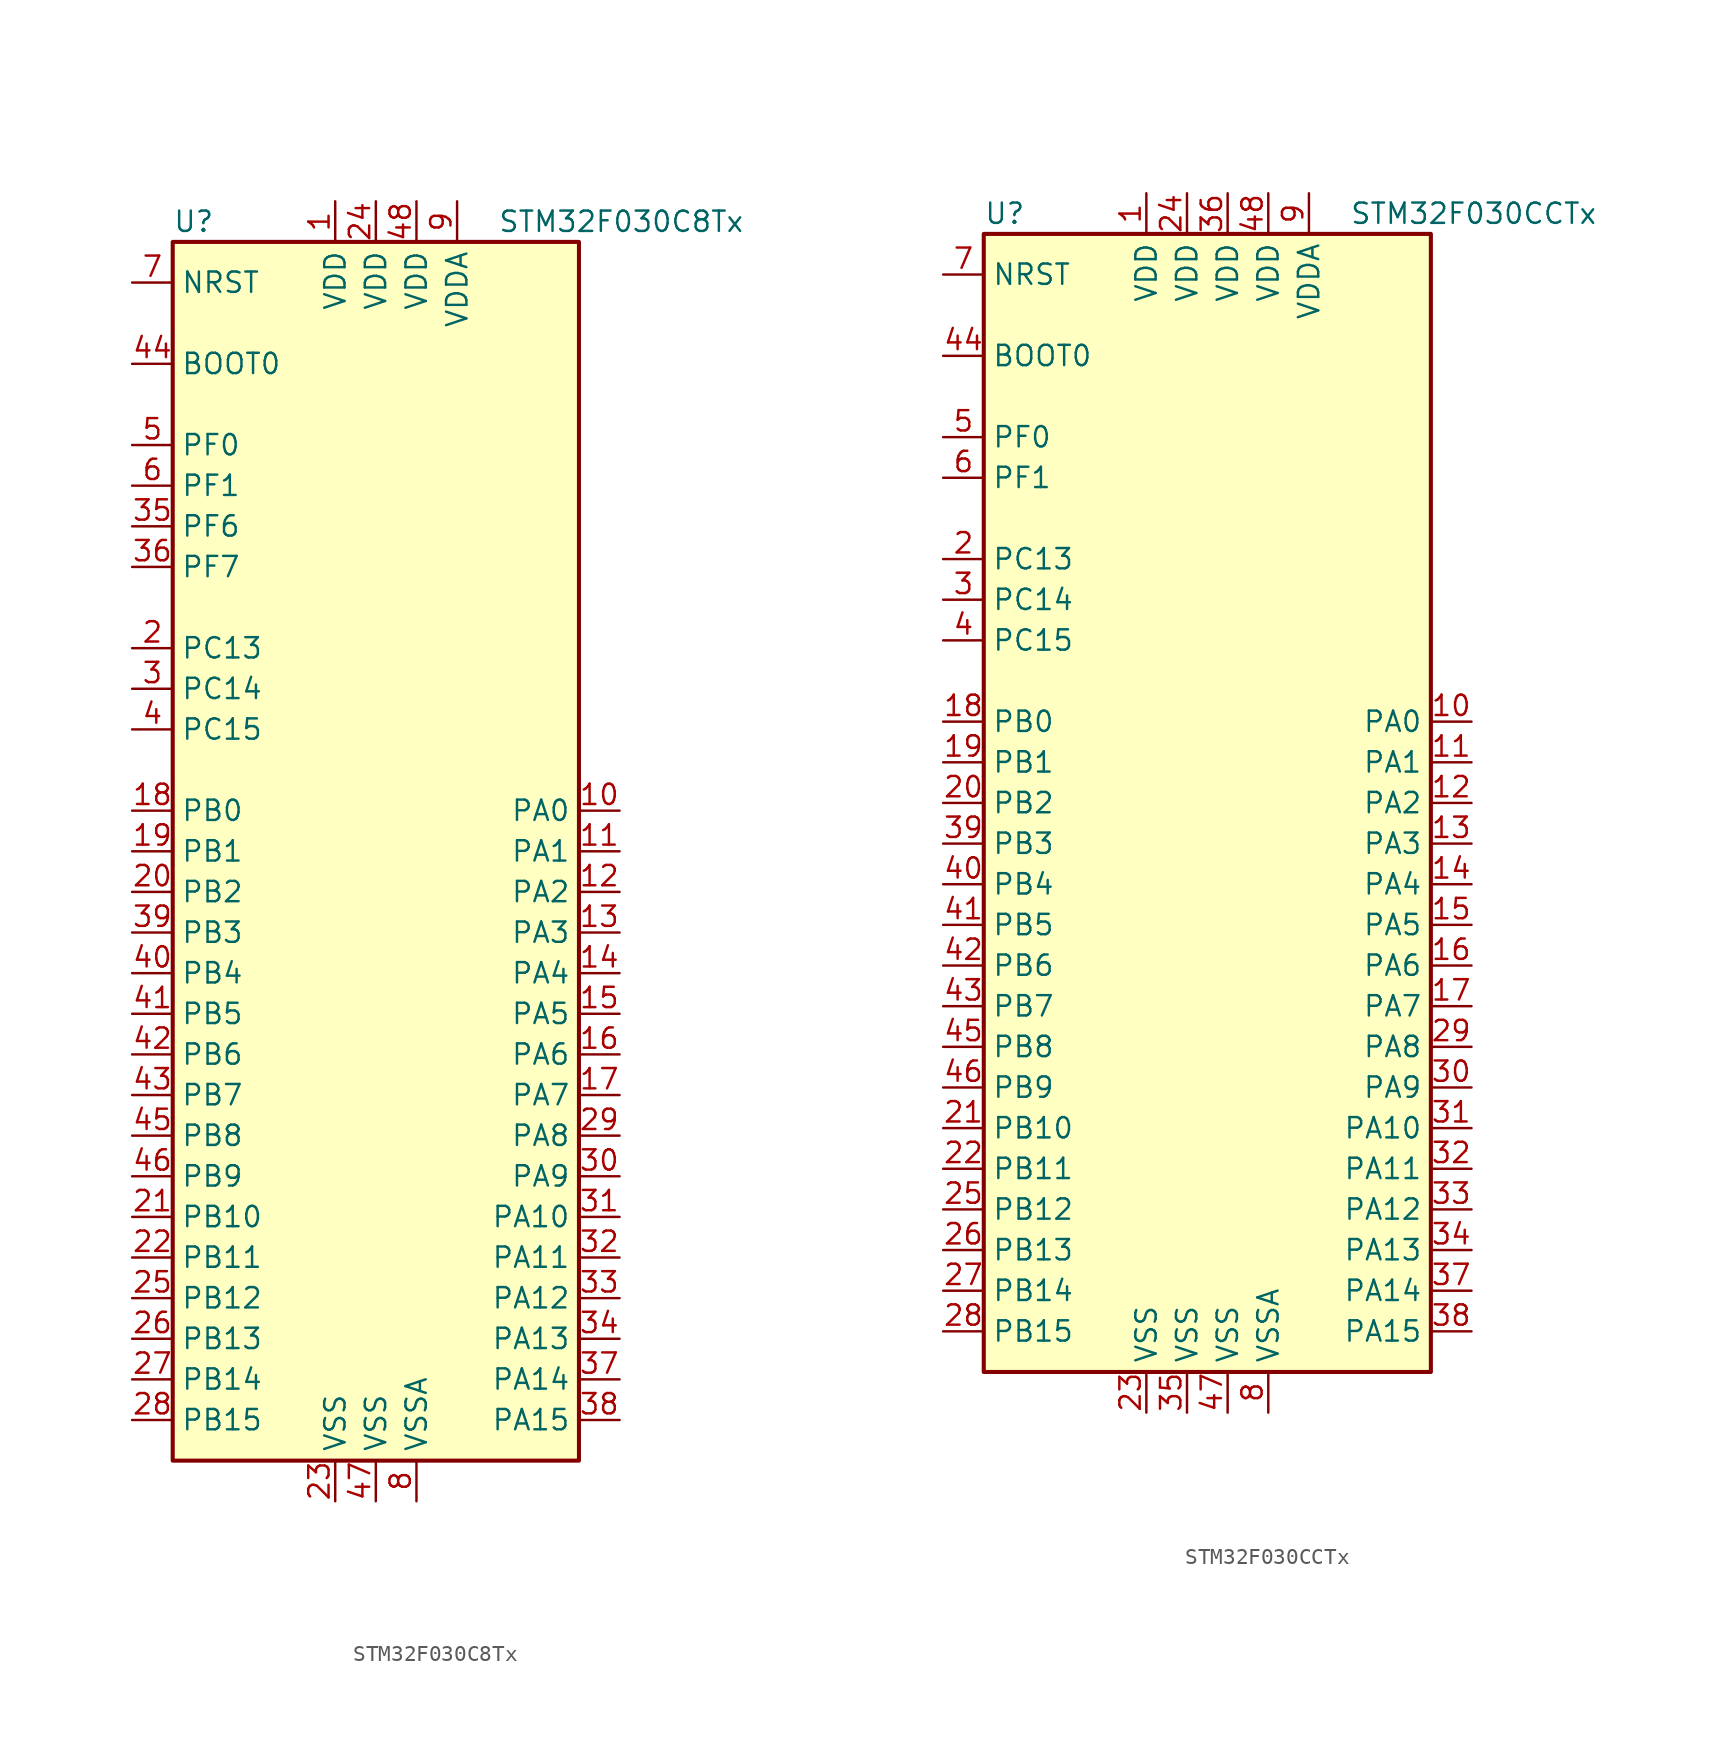
<source format=kicad_sym>
(kicad_symbol_lib
  (version 20201005)
  (generator kicad_symbol_editor)
  (symbol "STM32F030C8Tx"
    (property "Reference" "U"
      (at -12.7 39.37 0)
      (effects (font (size 1.27 1.27)) (justify left)))
    (property "Value" "STM32F030C8Tx"
      (at 7.62 39.37 0)
      (effects (font (size 1.27 1.27)) (justify left)))
    (symbol "STM32F030C8Tx_0_1"
      (rectangle (start -12.7 -38.1) (end 12.7 38.1) (stroke (width 0.254)) (fill (type background))))
    (symbol "STM32F030C8Tx_1_1"
      (pin power_in line (at -2.54 40.64 270) (length 2.54) (name "VDD" (effects (font (size 1.27 1.27)))) (number "1" (effects (font (size 1.27 1.27)))))
      (pin bidirectional line (at 15.24 2.54 180) (length 2.54) (name "PA0" (effects (font (size 1.27 1.27)))) (number "10" (effects (font (size 1.27 1.27)))))
      (pin bidirectional line (at 15.24 0 180) (length 2.54) (name "PA1" (effects (font (size 1.27 1.27)))) (number "11" (effects (font (size 1.27 1.27)))))
      (pin bidirectional line (at 15.24 -2.54 180) (length 2.54) (name "PA2" (effects (font (size 1.27 1.27)))) (number "12" (effects (font (size 1.27 1.27)))))
      (pin bidirectional line (at 15.24 -5.08 180) (length 2.54) (name "PA3" (effects (font (size 1.27 1.27)))) (number "13" (effects (font (size 1.27 1.27)))))
      (pin bidirectional line (at 15.24 -7.62 180) (length 2.54) (name "PA4" (effects (font (size 1.27 1.27)))) (number "14" (effects (font (size 1.27 1.27)))))
      (pin bidirectional line (at 15.24 -10.16 180) (length 2.54) (name "PA5" (effects (font (size 1.27 1.27)))) (number "15" (effects (font (size 1.27 1.27)))))
      (pin bidirectional line (at 15.24 -12.7 180) (length 2.54) (name "PA6" (effects (font (size 1.27 1.27)))) (number "16" (effects (font (size 1.27 1.27)))))
      (pin bidirectional line (at 15.24 -15.24 180) (length 2.54) (name "PA7" (effects (font (size 1.27 1.27)))) (number "17" (effects (font (size 1.27 1.27)))))
      (pin bidirectional line (at -15.24 2.54 0) (length 2.54) (name "PB0" (effects (font (size 1.27 1.27)))) (number "18" (effects (font (size 1.27 1.27)))))
      (pin bidirectional line (at -15.24 0 0) (length 2.54) (name "PB1" (effects (font (size 1.27 1.27)))) (number "19" (effects (font (size 1.27 1.27)))))
      (pin bidirectional line (at -15.24 12.7 0) (length 2.54) (name "PC13" (effects (font (size 1.27 1.27)))) (number "2" (effects (font (size 1.27 1.27)))))
      (pin bidirectional line (at -15.24 -2.54 0) (length 2.54) (name "PB2" (effects (font (size 1.27 1.27)))) (number "20" (effects (font (size 1.27 1.27)))))
      (pin bidirectional line (at -15.24 -22.86 0) (length 2.54) (name "PB10" (effects (font (size 1.27 1.27)))) (number "21" (effects (font (size 1.27 1.27)))))
      (pin bidirectional line (at -15.24 -25.4 0) (length 2.54) (name "PB11" (effects (font (size 1.27 1.27)))) (number "22" (effects (font (size 1.27 1.27)))))
      (pin power_in line (at -2.54 -40.64 90) (length 2.54) (name "VSS" (effects (font (size 1.27 1.27)))) (number "23" (effects (font (size 1.27 1.27)))))
      (pin power_in line (at 0 40.64 270) (length 2.54) (name "VDD" (effects (font (size 1.27 1.27)))) (number "24" (effects (font (size 1.27 1.27)))))
      (pin bidirectional line (at -15.24 -27.94 0) (length 2.54) (name "PB12" (effects (font (size 1.27 1.27)))) (number "25" (effects (font (size 1.27 1.27)))))
      (pin bidirectional line (at -15.24 -30.48 0) (length 2.54) (name "PB13" (effects (font (size 1.27 1.27)))) (number "26" (effects (font (size 1.27 1.27)))))
      (pin bidirectional line (at -15.24 -33.02 0) (length 2.54) (name "PB14" (effects (font (size 1.27 1.27)))) (number "27" (effects (font (size 1.27 1.27)))))
      (pin bidirectional line (at -15.24 -35.56 0) (length 2.54) (name "PB15" (effects (font (size 1.27 1.27)))) (number "28" (effects (font (size 1.27 1.27)))))
      (pin bidirectional line (at 15.24 -17.78 180) (length 2.54) (name "PA8" (effects (font (size 1.27 1.27)))) (number "29" (effects (font (size 1.27 1.27)))))
      (pin bidirectional line (at -15.24 10.16 0) (length 2.54) (name "PC14" (effects (font (size 1.27 1.27)))) (number "3" (effects (font (size 1.27 1.27)))))
      (pin bidirectional line (at 15.24 -20.32 180) (length 2.54) (name "PA9" (effects (font (size 1.27 1.27)))) (number "30" (effects (font (size 1.27 1.27)))))
      (pin bidirectional line (at 15.24 -22.86 180) (length 2.54) (name "PA10" (effects (font (size 1.27 1.27)))) (number "31" (effects (font (size 1.27 1.27)))))
      (pin bidirectional line (at 15.24 -25.4 180) (length 2.54) (name "PA11" (effects (font (size 1.27 1.27)))) (number "32" (effects (font (size 1.27 1.27)))))
      (pin bidirectional line (at 15.24 -27.94 180) (length 2.54) (name "PA12" (effects (font (size 1.27 1.27)))) (number "33" (effects (font (size 1.27 1.27)))))
      (pin bidirectional line (at 15.24 -30.48 180) (length 2.54) (name "PA13" (effects (font (size 1.27 1.27)))) (number "34" (effects (font (size 1.27 1.27)))))
      (pin bidirectional line (at -15.24 20.32 0) (length 2.54) (name "PF6" (effects (font (size 1.27 1.27)))) (number "35" (effects (font (size 1.27 1.27)))))
      (pin bidirectional line (at -15.24 17.78 0) (length 2.54) (name "PF7" (effects (font (size 1.27 1.27)))) (number "36" (effects (font (size 1.27 1.27)))))
      (pin bidirectional line (at 15.24 -33.02 180) (length 2.54) (name "PA14" (effects (font (size 1.27 1.27)))) (number "37" (effects (font (size 1.27 1.27)))))
      (pin bidirectional line (at 15.24 -35.56 180) (length 2.54) (name "PA15" (effects (font (size 1.27 1.27)))) (number "38" (effects (font (size 1.27 1.27)))))
      (pin bidirectional line (at -15.24 -5.08 0) (length 2.54) (name "PB3" (effects (font (size 1.27 1.27)))) (number "39" (effects (font (size 1.27 1.27)))))
      (pin bidirectional line (at -15.24 7.62 0) (length 2.54) (name "PC15" (effects (font (size 1.27 1.27)))) (number "4" (effects (font (size 1.27 1.27)))))
      (pin bidirectional line (at -15.24 -7.62 0) (length 2.54) (name "PB4" (effects (font (size 1.27 1.27)))) (number "40" (effects (font (size 1.27 1.27)))))
      (pin bidirectional line (at -15.24 -10.16 0) (length 2.54) (name "PB5" (effects (font (size 1.27 1.27)))) (number "41" (effects (font (size 1.27 1.27)))))
      (pin bidirectional line (at -15.24 -12.7 0) (length 2.54) (name "PB6" (effects (font (size 1.27 1.27)))) (number "42" (effects (font (size 1.27 1.27)))))
      (pin bidirectional line (at -15.24 -15.24 0) (length 2.54) (name "PB7" (effects (font (size 1.27 1.27)))) (number "43" (effects (font (size 1.27 1.27)))))
      (pin input line (at -15.24 30.48 0) (length 2.54) (name "BOOT0" (effects (font (size 1.27 1.27)))) (number "44" (effects (font (size 1.27 1.27)))))
      (pin bidirectional line (at -15.24 -17.78 0) (length 2.54) (name "PB8" (effects (font (size 1.27 1.27)))) (number "45" (effects (font (size 1.27 1.27)))))
      (pin bidirectional line (at -15.24 -20.32 0) (length 2.54) (name "PB9" (effects (font (size 1.27 1.27)))) (number "46" (effects (font (size 1.27 1.27)))))
      (pin power_in line (at 0 -40.64 90) (length 2.54) (name "VSS" (effects (font (size 1.27 1.27)))) (number "47" (effects (font (size 1.27 1.27)))))
      (pin power_in line (at 2.54 40.64 270) (length 2.54) (name "VDD" (effects (font (size 1.27 1.27)))) (number "48" (effects (font (size 1.27 1.27)))))
      (pin input line (at -15.24 25.4 0) (length 2.54) (name "PF0" (effects (font (size 1.27 1.27)))) (number "5" (effects (font (size 1.27 1.27)))))
      (pin input line (at -15.24 22.86 0) (length 2.54) (name "PF1" (effects (font (size 1.27 1.27)))) (number "6" (effects (font (size 1.27 1.27)))))
      (pin input line (at -15.24 35.56 0) (length 2.54) (name "NRST" (effects (font (size 1.27 1.27)))) (number "7" (effects (font (size 1.27 1.27)))))
      (pin power_in line (at 2.54 -40.64 90) (length 2.54) (name "VSSA" (effects (font (size 1.27 1.27)))) (number "8" (effects (font (size 1.27 1.27)))))
      (pin power_in line (at 5.08 40.64 270) (length 2.54) (name "VDDA" (effects (font (size 1.27 1.27)))) (number "9" (effects (font (size 1.27 1.27)))))))
  (symbol "STM32F030CCTx"
    (property "Reference" "U"
      (at -15.24 36.83 0)
      (effects (font (size 1.27 1.27)) (justify left)))
    (property "Value" "STM32F030CCTx"
      (at 7.62 36.83 0)
      (effects (font (size 1.27 1.27)) (justify left)))
    (symbol "STM32F030CCTx_0_1"
      (rectangle (start -15.24 -35.56) (end 12.7 35.56) (stroke (width 0.254)) (fill (type background))))
    (symbol "STM32F030CCTx_1_1"
      (pin power_in line (at -5.08 38.1 270) (length 2.54) (name "VDD" (effects (font (size 1.27 1.27)))) (number "1" (effects (font (size 1.27 1.27)))))
      (pin bidirectional line (at 15.24 5.08 180) (length 2.54) (name "PA0" (effects (font (size 1.27 1.27)))) (number "10" (effects (font (size 1.27 1.27)))))
      (pin bidirectional line (at 15.24 2.54 180) (length 2.54) (name "PA1" (effects (font (size 1.27 1.27)))) (number "11" (effects (font (size 1.27 1.27)))))
      (pin bidirectional line (at 15.24 0 180) (length 2.54) (name "PA2" (effects (font (size 1.27 1.27)))) (number "12" (effects (font (size 1.27 1.27)))))
      (pin bidirectional line (at 15.24 -2.54 180) (length 2.54) (name "PA3" (effects (font (size 1.27 1.27)))) (number "13" (effects (font (size 1.27 1.27)))))
      (pin bidirectional line (at 15.24 -5.08 180) (length 2.54) (name "PA4" (effects (font (size 1.27 1.27)))) (number "14" (effects (font (size 1.27 1.27)))))
      (pin bidirectional line (at 15.24 -7.62 180) (length 2.54) (name "PA5" (effects (font (size 1.27 1.27)))) (number "15" (effects (font (size 1.27 1.27)))))
      (pin bidirectional line (at 15.24 -10.16 180) (length 2.54) (name "PA6" (effects (font (size 1.27 1.27)))) (number "16" (effects (font (size 1.27 1.27)))))
      (pin bidirectional line (at 15.24 -12.7 180) (length 2.54) (name "PA7" (effects (font (size 1.27 1.27)))) (number "17" (effects (font (size 1.27 1.27)))))
      (pin bidirectional line (at -17.78 5.08 0) (length 2.54) (name "PB0" (effects (font (size 1.27 1.27)))) (number "18" (effects (font (size 1.27 1.27)))))
      (pin bidirectional line (at -17.78 2.54 0) (length 2.54) (name "PB1" (effects (font (size 1.27 1.27)))) (number "19" (effects (font (size 1.27 1.27)))))
      (pin bidirectional line (at -17.78 15.24 0) (length 2.54) (name "PC13" (effects (font (size 1.27 1.27)))) (number "2" (effects (font (size 1.27 1.27)))))
      (pin bidirectional line (at -17.78 0 0) (length 2.54) (name "PB2" (effects (font (size 1.27 1.27)))) (number "20" (effects (font (size 1.27 1.27)))))
      (pin bidirectional line (at -17.78 -20.32 0) (length 2.54) (name "PB10" (effects (font (size 1.27 1.27)))) (number "21" (effects (font (size 1.27 1.27)))))
      (pin bidirectional line (at -17.78 -22.86 0) (length 2.54) (name "PB11" (effects (font (size 1.27 1.27)))) (number "22" (effects (font (size 1.27 1.27)))))
      (pin power_in line (at -5.08 -38.1 90) (length 2.54) (name "VSS" (effects (font (size 1.27 1.27)))) (number "23" (effects (font (size 1.27 1.27)))))
      (pin power_in line (at -2.54 38.1 270) (length 2.54) (name "VDD" (effects (font (size 1.27 1.27)))) (number "24" (effects (font (size 1.27 1.27)))))
      (pin bidirectional line (at -17.78 -25.4 0) (length 2.54) (name "PB12" (effects (font (size 1.27 1.27)))) (number "25" (effects (font (size 1.27 1.27)))))
      (pin bidirectional line (at -17.78 -27.94 0) (length 2.54) (name "PB13" (effects (font (size 1.27 1.27)))) (number "26" (effects (font (size 1.27 1.27)))))
      (pin bidirectional line (at -17.78 -30.48 0) (length 2.54) (name "PB14" (effects (font (size 1.27 1.27)))) (number "27" (effects (font (size 1.27 1.27)))))
      (pin bidirectional line (at -17.78 -33.02 0) (length 2.54) (name "PB15" (effects (font (size 1.27 1.27)))) (number "28" (effects (font (size 1.27 1.27)))))
      (pin bidirectional line (at 15.24 -15.24 180) (length 2.54) (name "PA8" (effects (font (size 1.27 1.27)))) (number "29" (effects (font (size 1.27 1.27)))))
      (pin bidirectional line (at -17.78 12.7 0) (length 2.54) (name "PC14" (effects (font (size 1.27 1.27)))) (number "3" (effects (font (size 1.27 1.27)))))
      (pin bidirectional line (at 15.24 -17.78 180) (length 2.54) (name "PA9" (effects (font (size 1.27 1.27)))) (number "30" (effects (font (size 1.27 1.27)))))
      (pin bidirectional line (at 15.24 -20.32 180) (length 2.54) (name "PA10" (effects (font (size 1.27 1.27)))) (number "31" (effects (font (size 1.27 1.27)))))
      (pin bidirectional line (at 15.24 -22.86 180) (length 2.54) (name "PA11" (effects (font (size 1.27 1.27)))) (number "32" (effects (font (size 1.27 1.27)))))
      (pin bidirectional line (at 15.24 -25.4 180) (length 2.54) (name "PA12" (effects (font (size 1.27 1.27)))) (number "33" (effects (font (size 1.27 1.27)))))
      (pin bidirectional line (at 15.24 -27.94 180) (length 2.54) (name "PA13" (effects (font (size 1.27 1.27)))) (number "34" (effects (font (size 1.27 1.27)))))
      (pin power_in line (at -2.54 -38.1 90) (length 2.54) (name "VSS" (effects (font (size 1.27 1.27)))) (number "35" (effects (font (size 1.27 1.27)))))
      (pin power_in line (at 0 38.1 270) (length 2.54) (name "VDD" (effects (font (size 1.27 1.27)))) (number "36" (effects (font (size 1.27 1.27)))))
      (pin bidirectional line (at 15.24 -30.48 180) (length 2.54) (name "PA14" (effects (font (size 1.27 1.27)))) (number "37" (effects (font (size 1.27 1.27)))))
      (pin bidirectional line (at 15.24 -33.02 180) (length 2.54) (name "PA15" (effects (font (size 1.27 1.27)))) (number "38" (effects (font (size 1.27 1.27)))))
      (pin bidirectional line (at -17.78 -2.54 0) (length 2.54) (name "PB3" (effects (font (size 1.27 1.27)))) (number "39" (effects (font (size 1.27 1.27)))))
      (pin bidirectional line (at -17.78 10.16 0) (length 2.54) (name "PC15" (effects (font (size 1.27 1.27)))) (number "4" (effects (font (size 1.27 1.27)))))
      (pin bidirectional line (at -17.78 -5.08 0) (length 2.54) (name "PB4" (effects (font (size 1.27 1.27)))) (number "40" (effects (font (size 1.27 1.27)))))
      (pin bidirectional line (at -17.78 -7.62 0) (length 2.54) (name "PB5" (effects (font (size 1.27 1.27)))) (number "41" (effects (font (size 1.27 1.27)))))
      (pin bidirectional line (at -17.78 -10.16 0) (length 2.54) (name "PB6" (effects (font (size 1.27 1.27)))) (number "42" (effects (font (size 1.27 1.27)))))
      (pin bidirectional line (at -17.78 -12.7 0) (length 2.54) (name "PB7" (effects (font (size 1.27 1.27)))) (number "43" (effects (font (size 1.27 1.27)))))
      (pin input line (at -17.78 27.94 0) (length 2.54) (name "BOOT0" (effects (font (size 1.27 1.27)))) (number "44" (effects (font (size 1.27 1.27)))))
      (pin bidirectional line (at -17.78 -15.24 0) (length 2.54) (name "PB8" (effects (font (size 1.27 1.27)))) (number "45" (effects (font (size 1.27 1.27)))))
      (pin bidirectional line (at -17.78 -17.78 0) (length 2.54) (name "PB9" (effects (font (size 1.27 1.27)))) (number "46" (effects (font (size 1.27 1.27)))))
      (pin power_in line (at 0 -38.1 90) (length 2.54) (name "VSS" (effects (font (size 1.27 1.27)))) (number "47" (effects (font (size 1.27 1.27)))))
      (pin power_in line (at 2.54 38.1 270) (length 2.54) (name "VDD" (effects (font (size 1.27 1.27)))) (number "48" (effects (font (size 1.27 1.27)))))
      (pin input line (at -17.78 22.86 0) (length 2.54) (name "PF0" (effects (font (size 1.27 1.27)))) (number "5" (effects (font (size 1.27 1.27)))))
      (pin input line (at -17.78 20.32 0) (length 2.54) (name "PF1" (effects (font (size 1.27 1.27)))) (number "6" (effects (font (size 1.27 1.27)))))
      (pin input line (at -17.78 33.02 0) (length 2.54) (name "NRST" (effects (font (size 1.27 1.27)))) (number "7" (effects (font (size 1.27 1.27)))))
      (pin power_in line (at 2.54 -38.1 90) (length 2.54) (name "VSSA" (effects (font (size 1.27 1.27)))) (number "8" (effects (font (size 1.27 1.27)))))
      (pin power_in line (at 5.08 38.1 270) (length 2.54) (name "VDDA" (effects (font (size 1.27 1.27)))) (number "9" (effects (font (size 1.27 1.27))))))))
</source>
